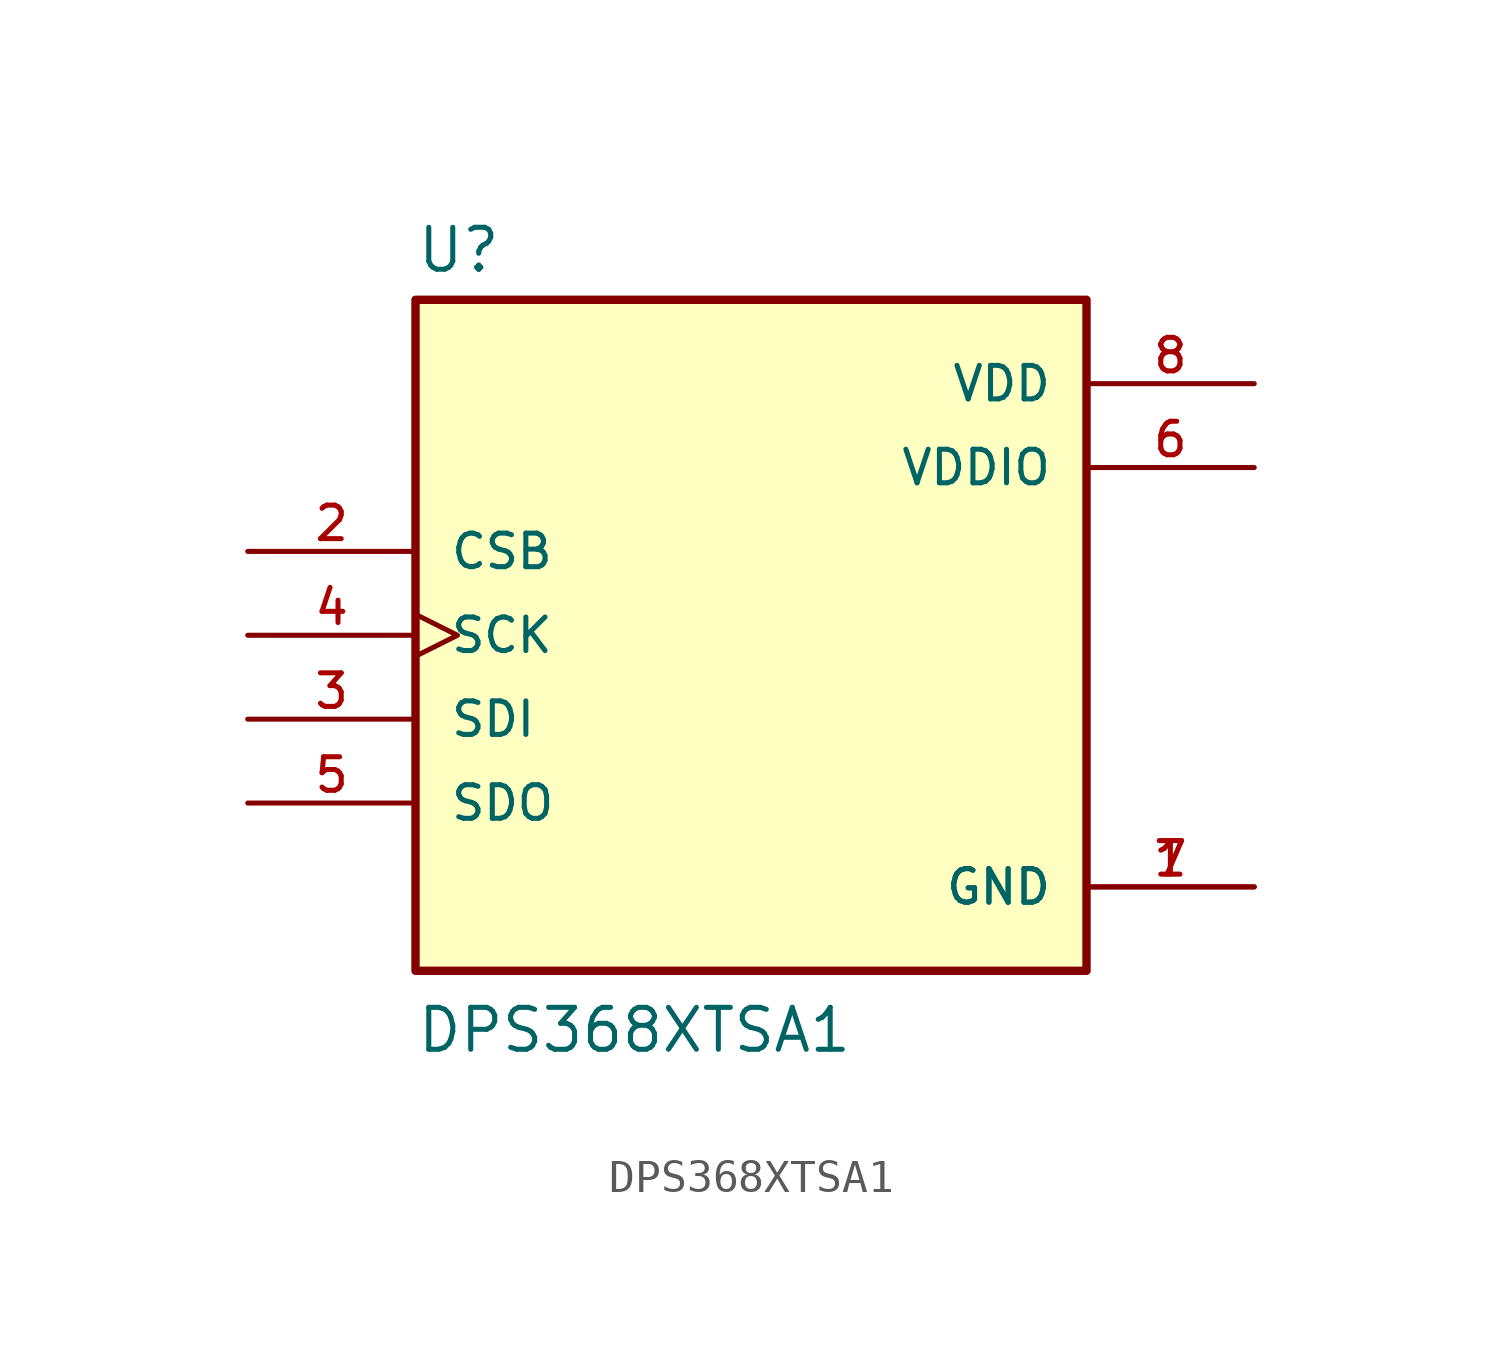
<source format=kicad_sym>
(kicad_symbol_lib
  (version 20211014)
  (generator kicad_symbol_editor)
  (symbol "DPS368XTSA1"
    (pin_names
      (offset 1.016))
    (property "Reference" "U"
      (at -10.16 10.922 0)
      (effects (font (size 1.27 1.27)) (justify bottom left)))
    (property "Value" "DPS368XTSA1"
      (at -10.16 -12.7 0)
      (effects (font (size 1.27 1.27)) (justify bottom left)))
    (symbol "DPS368XTSA1_0_0"
      (rectangle (start -10.16 -10.16) (end 10.16 10.16) (stroke (width 0.254)) (fill (type background)))
      (pin power_in line (at 15.24 -7.62 180.0) (length 5.08) (name "GND" (effects (font (size 1.016 1.016)))) (number "1" (effects (font (size 1.016 1.016)))))
      (pin power_in line (at 15.24 -7.62 180.0) (length 5.08) (name "GND" (effects (font (size 1.016 1.016)))) (number "7" (effects (font (size 1.016 1.016)))))
      (pin input line (at -15.24 2.54 0) (length 5.08) (name "CSB" (effects (font (size 1.016 1.016)))) (number "2" (effects (font (size 1.016 1.016)))))
      (pin input line (at -15.24 -2.54 0) (length 5.08) (name "SDI" (effects (font (size 1.016 1.016)))) (number "3" (effects (font (size 1.016 1.016)))))
      (pin input clock (at -15.24 0.0 0) (length 5.08) (name "SCK" (effects (font (size 1.016 1.016)))) (number "4" (effects (font (size 1.016 1.016)))))
      (pin output line (at -15.24 -5.08 0) (length 5.08) (name "SDO" (effects (font (size 1.016 1.016)))) (number "5" (effects (font (size 1.016 1.016)))))
      (pin power_in line (at 15.24 5.08 180.0) (length 5.08) (name "VDDIO" (effects (font (size 1.016 1.016)))) (number "6" (effects (font (size 1.016 1.016)))))
      (pin power_in line (at 15.24 7.62 180.0) (length 5.08) (name "VDD" (effects (font (size 1.016 1.016)))) (number "8" (effects (font (size 1.016 1.016))))))))
</source>
